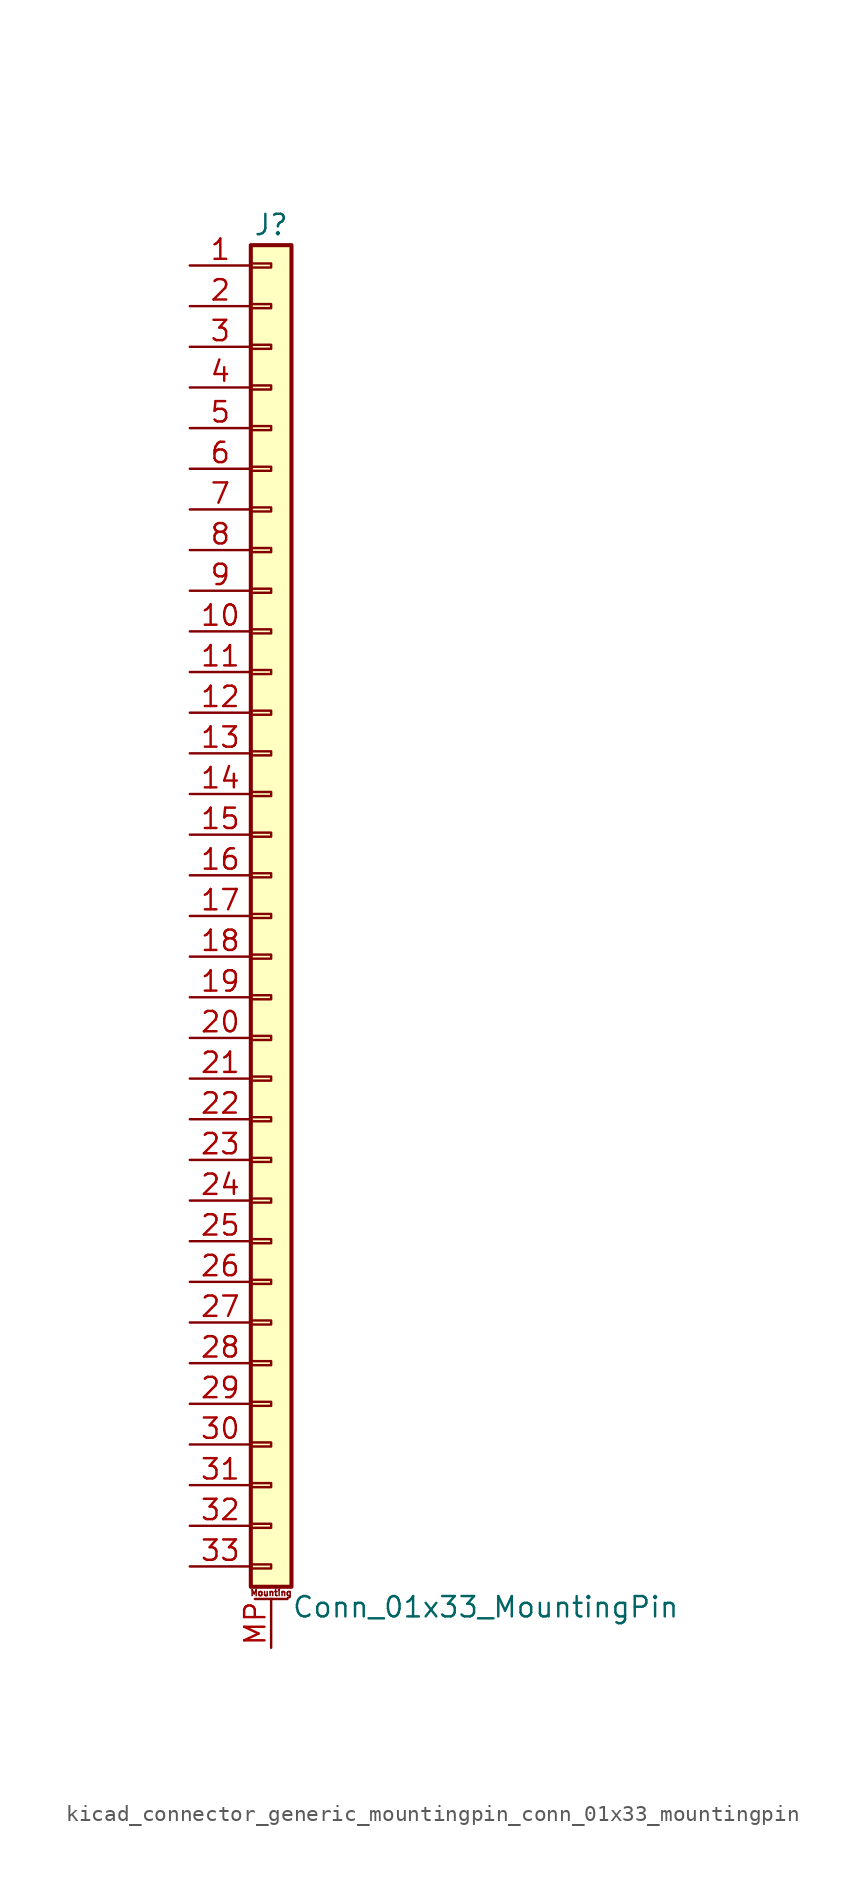
<source format=kicad_sym>
(kicad_symbol_lib
  (version 20220914)
  (generator kicad_symbol_editor)
  (symbol "kicad_connector_generic_mountingpin_conn_01x33_mountingpin"
    (pin_names
      (offset 1.016) hide)
    (property "Reference" "J"
      (at 0 43.18 0)
      (effects (font (size 1.27 1.27))))
    (property "Value" "Conn_01x33_MountingPin"
      (at 1.27 -43.18 0)
      (effects (font (size 1.27 1.27)) (justify left)))
    (symbol "kicad_connector_generic_mountingpin_conn_01x33_mountingpin_1_1"
      (rectangle (start -1.27 -40.513) (end 0 -40.767) (stroke (width 0.152) (type default)) (fill (type none)))
      (rectangle (start -1.27 -37.973) (end 0 -38.227) (stroke (width 0.152) (type default)) (fill (type none)))
      (rectangle (start -1.27 -35.433) (end 0 -35.687) (stroke (width 0.152) (type default)) (fill (type none)))
      (rectangle (start -1.27 -32.893) (end 0 -33.147) (stroke (width 0.152) (type default)) (fill (type none)))
      (rectangle (start -1.27 -30.353) (end 0 -30.607) (stroke (width 0.152) (type default)) (fill (type none)))
      (rectangle (start -1.27 -27.813) (end 0 -28.067) (stroke (width 0.152) (type default)) (fill (type none)))
      (rectangle (start -1.27 -25.273) (end 0 -25.527) (stroke (width 0.152) (type default)) (fill (type none)))
      (rectangle (start -1.27 -22.733) (end 0 -22.987) (stroke (width 0.152) (type default)) (fill (type none)))
      (rectangle (start -1.27 -20.193) (end 0 -20.447) (stroke (width 0.152) (type default)) (fill (type none)))
      (rectangle (start -1.27 -17.653) (end 0 -17.907) (stroke (width 0.152) (type default)) (fill (type none)))
      (rectangle (start -1.27 -15.113) (end 0 -15.367) (stroke (width 0.152) (type default)) (fill (type none)))
      (rectangle (start -1.27 -12.573) (end 0 -12.827) (stroke (width 0.152) (type default)) (fill (type none)))
      (rectangle (start -1.27 -10.033) (end 0 -10.287) (stroke (width 0.152) (type default)) (fill (type none)))
      (rectangle (start -1.27 -7.493) (end 0 -7.747) (stroke (width 0.152) (type default)) (fill (type none)))
      (rectangle (start -1.27 -4.953) (end 0 -5.207) (stroke (width 0.152) (type default)) (fill (type none)))
      (rectangle (start -1.27 -2.413) (end 0 -2.667) (stroke (width 0.152) (type default)) (fill (type none)))
      (rectangle (start -1.27 0.127) (end 0 -0.127) (stroke (width 0.152) (type default)) (fill (type none)))
      (rectangle (start -1.27 2.667) (end 0 2.413) (stroke (width 0.152) (type default)) (fill (type none)))
      (rectangle (start -1.27 5.207) (end 0 4.953) (stroke (width 0.152) (type default)) (fill (type none)))
      (rectangle (start -1.27 7.747) (end 0 7.493) (stroke (width 0.152) (type default)) (fill (type none)))
      (rectangle (start -1.27 10.287) (end 0 10.033) (stroke (width 0.152) (type default)) (fill (type none)))
      (rectangle (start -1.27 12.827) (end 0 12.573) (stroke (width 0.152) (type default)) (fill (type none)))
      (rectangle (start -1.27 15.367) (end 0 15.113) (stroke (width 0.152) (type default)) (fill (type none)))
      (rectangle (start -1.27 17.907) (end 0 17.653) (stroke (width 0.152) (type default)) (fill (type none)))
      (rectangle (start -1.27 20.447) (end 0 20.193) (stroke (width 0.152) (type default)) (fill (type none)))
      (rectangle (start -1.27 22.987) (end 0 22.733) (stroke (width 0.152) (type default)) (fill (type none)))
      (rectangle (start -1.27 25.527) (end 0 25.273) (stroke (width 0.152) (type default)) (fill (type none)))
      (rectangle (start -1.27 28.067) (end 0 27.813) (stroke (width 0.152) (type default)) (fill (type none)))
      (rectangle (start -1.27 30.607) (end 0 30.353) (stroke (width 0.152) (type default)) (fill (type none)))
      (rectangle (start -1.27 33.147) (end 0 32.893) (stroke (width 0.152) (type default)) (fill (type none)))
      (rectangle (start -1.27 35.687) (end 0 35.433) (stroke (width 0.152) (type default)) (fill (type none)))
      (rectangle (start -1.27 38.227) (end 0 37.973) (stroke (width 0.152) (type default)) (fill (type none)))
      (rectangle (start -1.27 40.767) (end 0 40.513) (stroke (width 0.152) (type default)) (fill (type none)))
      (rectangle (start -1.27 41.91) (end 1.27 -41.91) (stroke (width 0.254) (type default)) (fill (type background)))
      (polyline (pts (xy -1.016 -42.672) (xy 1.016 -42.672)) (stroke (width 0.152) (type default)) (fill (type none)))
      (text "Mounting" (at 0 -42.291 0) (effects (font (size 0.381 0.381))))
      (pin passive line (at -5.08 40.64 0) (length 3.81) (name "Pin_1" (effects (font (size 1.27 1.27)))) (number "1" (effects (font (size 1.27 1.27)))))
      (pin passive line (at -5.08 17.78 0) (length 3.81) (name "Pin_10" (effects (font (size 1.27 1.27)))) (number "10" (effects (font (size 1.27 1.27)))))
      (pin passive line (at -5.08 15.24 0) (length 3.81) (name "Pin_11" (effects (font (size 1.27 1.27)))) (number "11" (effects (font (size 1.27 1.27)))))
      (pin passive line (at -5.08 12.7 0) (length 3.81) (name "Pin_12" (effects (font (size 1.27 1.27)))) (number "12" (effects (font (size 1.27 1.27)))))
      (pin passive line (at -5.08 10.16 0) (length 3.81) (name "Pin_13" (effects (font (size 1.27 1.27)))) (number "13" (effects (font (size 1.27 1.27)))))
      (pin passive line (at -5.08 7.62 0) (length 3.81) (name "Pin_14" (effects (font (size 1.27 1.27)))) (number "14" (effects (font (size 1.27 1.27)))))
      (pin passive line (at -5.08 5.08 0) (length 3.81) (name "Pin_15" (effects (font (size 1.27 1.27)))) (number "15" (effects (font (size 1.27 1.27)))))
      (pin passive line (at -5.08 2.54 0) (length 3.81) (name "Pin_16" (effects (font (size 1.27 1.27)))) (number "16" (effects (font (size 1.27 1.27)))))
      (pin passive line (at -5.08 0 0) (length 3.81) (name "Pin_17" (effects (font (size 1.27 1.27)))) (number "17" (effects (font (size 1.27 1.27)))))
      (pin passive line (at -5.08 -2.54 0) (length 3.81) (name "Pin_18" (effects (font (size 1.27 1.27)))) (number "18" (effects (font (size 1.27 1.27)))))
      (pin passive line (at -5.08 -5.08 0) (length 3.81) (name "Pin_19" (effects (font (size 1.27 1.27)))) (number "19" (effects (font (size 1.27 1.27)))))
      (pin passive line (at -5.08 38.1 0) (length 3.81) (name "Pin_2" (effects (font (size 1.27 1.27)))) (number "2" (effects (font (size 1.27 1.27)))))
      (pin passive line (at -5.08 -7.62 0) (length 3.81) (name "Pin_20" (effects (font (size 1.27 1.27)))) (number "20" (effects (font (size 1.27 1.27)))))
      (pin passive line (at -5.08 -10.16 0) (length 3.81) (name "Pin_21" (effects (font (size 1.27 1.27)))) (number "21" (effects (font (size 1.27 1.27)))))
      (pin passive line (at -5.08 -12.7 0) (length 3.81) (name "Pin_22" (effects (font (size 1.27 1.27)))) (number "22" (effects (font (size 1.27 1.27)))))
      (pin passive line (at -5.08 -15.24 0) (length 3.81) (name "Pin_23" (effects (font (size 1.27 1.27)))) (number "23" (effects (font (size 1.27 1.27)))))
      (pin passive line (at -5.08 -17.78 0) (length 3.81) (name "Pin_24" (effects (font (size 1.27 1.27)))) (number "24" (effects (font (size 1.27 1.27)))))
      (pin passive line (at -5.08 -20.32 0) (length 3.81) (name "Pin_25" (effects (font (size 1.27 1.27)))) (number "25" (effects (font (size 1.27 1.27)))))
      (pin passive line (at -5.08 -22.86 0) (length 3.81) (name "Pin_26" (effects (font (size 1.27 1.27)))) (number "26" (effects (font (size 1.27 1.27)))))
      (pin passive line (at -5.08 -25.4 0) (length 3.81) (name "Pin_27" (effects (font (size 1.27 1.27)))) (number "27" (effects (font (size 1.27 1.27)))))
      (pin passive line (at -5.08 -27.94 0) (length 3.81) (name "Pin_28" (effects (font (size 1.27 1.27)))) (number "28" (effects (font (size 1.27 1.27)))))
      (pin passive line (at -5.08 -30.48 0) (length 3.81) (name "Pin_29" (effects (font (size 1.27 1.27)))) (number "29" (effects (font (size 1.27 1.27)))))
      (pin passive line (at -5.08 35.56 0) (length 3.81) (name "Pin_3" (effects (font (size 1.27 1.27)))) (number "3" (effects (font (size 1.27 1.27)))))
      (pin passive line (at -5.08 -33.02 0) (length 3.81) (name "Pin_30" (effects (font (size 1.27 1.27)))) (number "30" (effects (font (size 1.27 1.27)))))
      (pin passive line (at -5.08 -35.56 0) (length 3.81) (name "Pin_31" (effects (font (size 1.27 1.27)))) (number "31" (effects (font (size 1.27 1.27)))))
      (pin passive line (at -5.08 -38.1 0) (length 3.81) (name "Pin_32" (effects (font (size 1.27 1.27)))) (number "32" (effects (font (size 1.27 1.27)))))
      (pin passive line (at -5.08 -40.64 0) (length 3.81) (name "Pin_33" (effects (font (size 1.27 1.27)))) (number "33" (effects (font (size 1.27 1.27)))))
      (pin passive line (at -5.08 33.02 0) (length 3.81) (name "Pin_4" (effects (font (size 1.27 1.27)))) (number "4" (effects (font (size 1.27 1.27)))))
      (pin passive line (at -5.08 30.48 0) (length 3.81) (name "Pin_5" (effects (font (size 1.27 1.27)))) (number "5" (effects (font (size 1.27 1.27)))))
      (pin passive line (at -5.08 27.94 0) (length 3.81) (name "Pin_6" (effects (font (size 1.27 1.27)))) (number "6" (effects (font (size 1.27 1.27)))))
      (pin passive line (at -5.08 25.4 0) (length 3.81) (name "Pin_7" (effects (font (size 1.27 1.27)))) (number "7" (effects (font (size 1.27 1.27)))))
      (pin passive line (at -5.08 22.86 0) (length 3.81) (name "Pin_8" (effects (font (size 1.27 1.27)))) (number "8" (effects (font (size 1.27 1.27)))))
      (pin passive line (at -5.08 20.32 0) (length 3.81) (name "Pin_9" (effects (font (size 1.27 1.27)))) (number "9" (effects (font (size 1.27 1.27)))))
      (pin passive line (at 0 -45.72 90) (length 3.048) (name "MountPin" (effects (font (size 1.27 1.27)))) (number "MP" (effects (font (size 1.27 1.27))))))))
</source>
